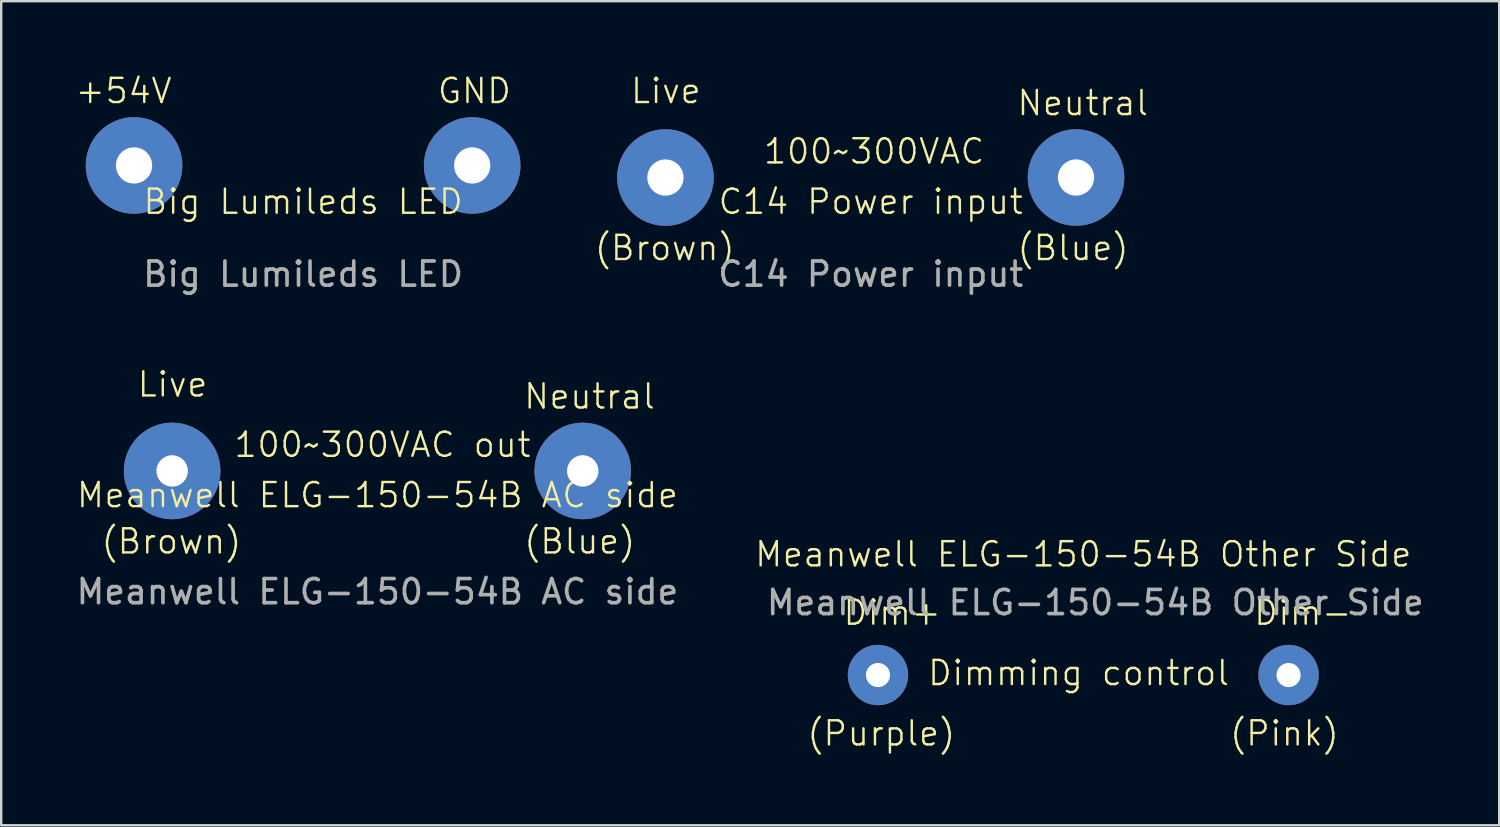
<source format=kicad_pcb>
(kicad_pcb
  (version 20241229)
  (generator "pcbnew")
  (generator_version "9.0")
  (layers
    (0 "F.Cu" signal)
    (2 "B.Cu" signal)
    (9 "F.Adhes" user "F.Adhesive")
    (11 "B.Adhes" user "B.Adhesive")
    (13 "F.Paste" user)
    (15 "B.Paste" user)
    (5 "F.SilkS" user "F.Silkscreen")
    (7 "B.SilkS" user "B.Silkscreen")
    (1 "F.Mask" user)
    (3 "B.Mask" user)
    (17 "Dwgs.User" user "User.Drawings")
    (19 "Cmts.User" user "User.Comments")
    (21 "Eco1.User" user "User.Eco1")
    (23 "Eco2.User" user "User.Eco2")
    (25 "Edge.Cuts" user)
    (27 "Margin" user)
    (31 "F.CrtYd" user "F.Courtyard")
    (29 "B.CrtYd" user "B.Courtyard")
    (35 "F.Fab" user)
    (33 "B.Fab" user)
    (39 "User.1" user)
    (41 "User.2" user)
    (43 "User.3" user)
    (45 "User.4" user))
  (footprint "Meanwell ELG-150-54B Other Side"
    (layer "F.Cu")
    (at 41.8 12.398)
    (property "Reference" "Meanwell ELG-150-54B Other Side" (at 0 7.5 0) (unlocked yes) (layer "F.SilkS") (effects (font (size 1 1) (thickness 0.1))))
    (attr through_hole)
    (fp_text user "(Pink)" (at 6 15.5 0) (unlocked yes) (layer "F.SilkS") (effects (font (size 1 1) (thickness 0.1)) (justify left bottom)))
    (fp_text user "Dimming control" (at -6.5 13 0) (unlocked yes) (layer "F.SilkS") (effects (font (size 1 1) (thickness 0.1)) (justify left bottom)))
    (fp_text user "(Purple)" (at -11.5 15.5 0) (unlocked yes) (layer "F.SilkS") (effects (font (size 1 1) (thickness 0.1)) (justify left bottom)))
    (fp_text user "Dim-" (at 7 10.5 0) (unlocked yes) (layer "F.SilkS") (effects (font (size 1 1) (thickness 0.1)) (justify left bottom)))
    (fp_text user "Dim+" (at -10 10.5 0) (unlocked yes) (layer "F.SilkS") (effects (font (size 1 1) (thickness 0.1)) (justify left bottom)))
    (fp_text user "${REFERENCE}" (at 0.5 9.5 0) (unlocked yes) (layer "F.Fab") (effects (font (size 1 1) (thickness 0.15))))
    (pad "3" thru_hole circle (at -8.5 12.5) (size 2.5 2.5) (drill 1) (layers "*.Cu" "*.Mask"))
    (pad "4" thru_hole circle (at 8.5 12.5) (size 2.5 2.5) (drill 1) (layers "*.Cu" "*.Mask")))
  (footprint "C14 Power input"
    (layer "F.Cu")
    (at 33 8.3)
    (property "Reference" "C14 Power input" (at 0 -3 0) (unlocked yes) (layer "F.SilkS") (effects (font (size 1 1) (thickness 0.1))))
    (attr through_hole)
    (fp_text user "(Blue)" (at 6 -0.5 0) (unlocked yes) (layer "F.SilkS") (effects (font (size 1 1) (thickness 0.1)) (justify left bottom)))
    (fp_text user "Live" (at -10 -7 0) (unlocked yes) (layer "F.SilkS") (effects (font (size 1 1) (thickness 0.1)) (justify left bottom)))
    (fp_text user "100~300VAC" (at -4.5 -4.5 0) (unlocked yes) (layer "F.SilkS") (effects (font (size 1 1) (thickness 0.1)) (justify left bottom)))
    (fp_text user "(Brown)" (at -11.5 -0.5 0) (unlocked yes) (layer "F.SilkS") (effects (font (size 1 1) (thickness 0.1)) (justify left bottom)))
    (fp_text user "Neutral" (at 6 -6.5 0) (unlocked yes) (layer "F.SilkS") (effects (font (size 1 1) (thickness 0.1)) (justify left bottom)))
    (fp_text user "${REFERENCE}" (at 0 0 0) (unlocked yes) (layer "F.Fab") (effects (font (size 1 1) (thickness 0.15))))
    (pad "1" thru_hole circle (at -8.5 -4) (size 4 4) (drill 1.5) (layers "*.Cu" "*.Mask"))
    (pad "2" thru_hole circle (at 8.5 -4) (size 4 4) (drill 1.5) (layers "*.Cu" "*.Mask")))
  (footprint "Big Lumileds LED"
    (layer "F.Cu")
    (at 9.5 8.3)
    (property "Reference" "Big Lumileds LED" (at 0 -3 0) (unlocked yes) (layer "F.SilkS") (effects (font (size 1 1) (thickness 0.1))))
    (attr through_hole)
    (fp_text user "GND" (at 5.5 -7 0) (unlocked yes) (layer "F.SilkS") (effects (font (size 1 1) (thickness 0.1)) (justify left bottom)))
    (fp_text user "+54V" (at -9.5 -7 0) (unlocked yes) (layer "F.SilkS") (effects (font (size 1 1) (thickness 0.1)) (justify left bottom)))
    (fp_text user "${REFERENCE}" (at 0 0 0) (unlocked yes) (layer "F.Fab") (effects (font (size 1 1) (thickness 0.15))))
    (pad "1" thru_hole circle (at 7 -4.5) (size 4 4) (drill 1.5) (layers "*.Cu" "*.Mask"))
    (pad "2" thru_hole circle (at -7 -4.5) (size 4 4) (drill 1.5) (layers "*.Cu" "*.Mask")))
  (footprint "Meanwell ELG-150-54B AC side"
    (layer "F.Cu")
    (at 12.577 20.448)
    (property "Reference" "Meanwell ELG-150-54B AC side" (at 0 -3 0) (unlocked yes) (layer "F.SilkS") (effects (font (size 1 1) (thickness 0.1))))
    (attr through_hole)
    (fp_text user "(Blue)" (at 6 -0.5 0) (unlocked yes) (layer "F.SilkS") (effects (font (size 1 1) (thickness 0.1)) (justify left bottom)))
    (fp_text user "Neutral" (at 6 -6.5 0) (unlocked yes) (layer "F.SilkS") (effects (font (size 1 1) (thickness 0.1)) (justify left bottom)))
    (fp_text user "100~300VAC out" (at -6 -4.5 0) (unlocked yes) (layer "F.SilkS") (effects (font (size 1 1) (thickness 0.1)) (justify left bottom)))
    (fp_text user "(Brown)" (at -11.5 -0.5 0) (unlocked yes) (layer "F.SilkS") (effects (font (size 1 1) (thickness 0.1)) (justify left bottom)))
    (fp_text user "Live" (at -10 -7 0) (unlocked yes) (layer "F.SilkS") (effects (font (size 1 1) (thickness 0.1)) (justify left bottom)))
    (fp_text user "${REFERENCE}" (at 0 1 0) (unlocked yes) (layer "F.Fab") (effects (font (size 1 1) (thickness 0.15))))
    (pad "1" thru_hole circle (at -8.5 -4) (size 4 4) (drill 1.3) (layers "*.Cu" "*.Mask"))
    (pad "2" thru_hole circle (at 8.5 -4) (size 4 4) (drill 1.3) (layers "*.Cu" "*.Mask")))
  (gr_rect
    (start -3 -3)
    (end 59.02 31.119)
    (stroke (width 0.1) (type default))
    (fill no)
    (layer "Edge.Cuts")))
</source>
